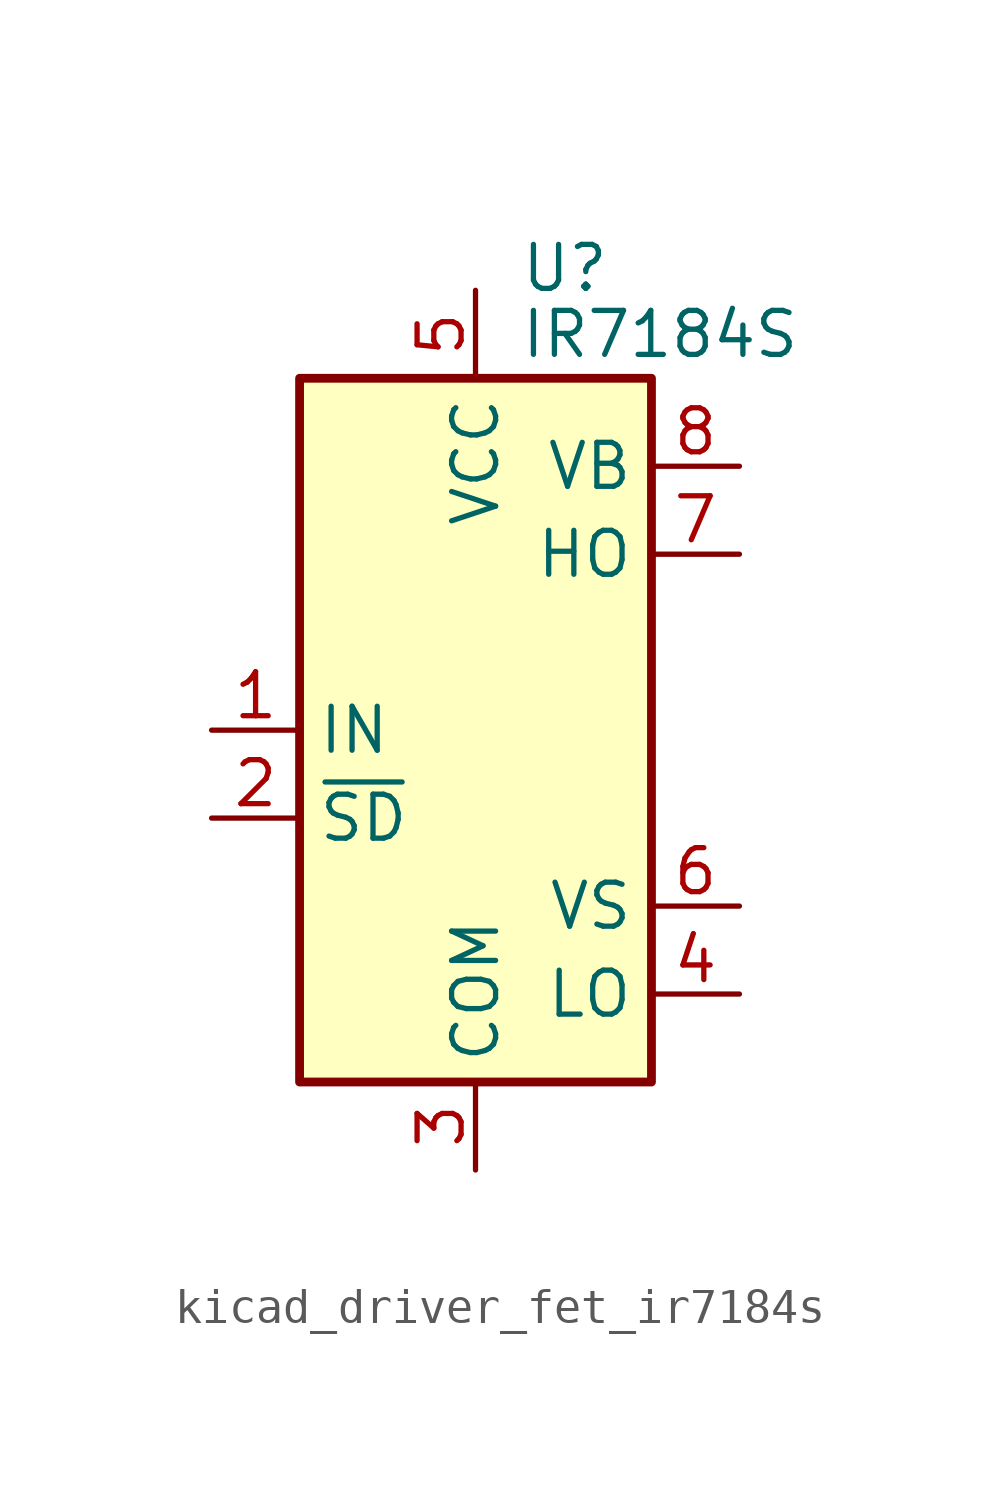
<source format=kicad_sym>
(kicad_symbol_lib
  (version 20220914)
  (generator kicad_symbol_editor)
  (symbol "kicad_driver_fet_ir7184s"
    (property "Reference" "U"
      (at 1.27 13.335 0)
      (effects (font (size 1.27 1.27)) (justify left)))
    (property "Value" "IR7184S"
      (at 1.27 11.43 0)
      (effects (font (size 1.27 1.27)) (justify left)))
    (symbol "kicad_driver_fet_ir7184s_0_1"
      (rectangle (start -5.08 -10.16) (end 5.08 10.16) (stroke (width 0.254) (type default)) (fill (type background))))
    (symbol "kicad_driver_fet_ir7184s_1_1"
      (pin input line (at -7.62 0 0) (length 2.54) (name "IN" (effects (font (size 1.27 1.27)))) (number "1" (effects (font (size 1.27 1.27)))))
      (pin input line (at -7.62 -2.54 0) (length 2.54) (name "~{SD}" (effects (font (size 1.27 1.27)))) (number "2" (effects (font (size 1.27 1.27)))))
      (pin power_in line (at 0 -12.7 90) (length 2.54) (name "COM" (effects (font (size 1.27 1.27)))) (number "3" (effects (font (size 1.27 1.27)))))
      (pin output line (at 7.62 -7.62 180) (length 2.54) (name "LO" (effects (font (size 1.27 1.27)))) (number "4" (effects (font (size 1.27 1.27)))))
      (pin power_in line (at 0 12.7 270) (length 2.54) (name "VCC" (effects (font (size 1.27 1.27)))) (number "5" (effects (font (size 1.27 1.27)))))
      (pin passive line (at 7.62 -5.08 180) (length 2.54) (name "VS" (effects (font (size 1.27 1.27)))) (number "6" (effects (font (size 1.27 1.27)))))
      (pin output line (at 7.62 5.08 180) (length 2.54) (name "HO" (effects (font (size 1.27 1.27)))) (number "7" (effects (font (size 1.27 1.27)))))
      (pin passive line (at 7.62 7.62 180) (length 2.54) (name "VB" (effects (font (size 1.27 1.27)))) (number "8" (effects (font (size 1.27 1.27))))))))
</source>
